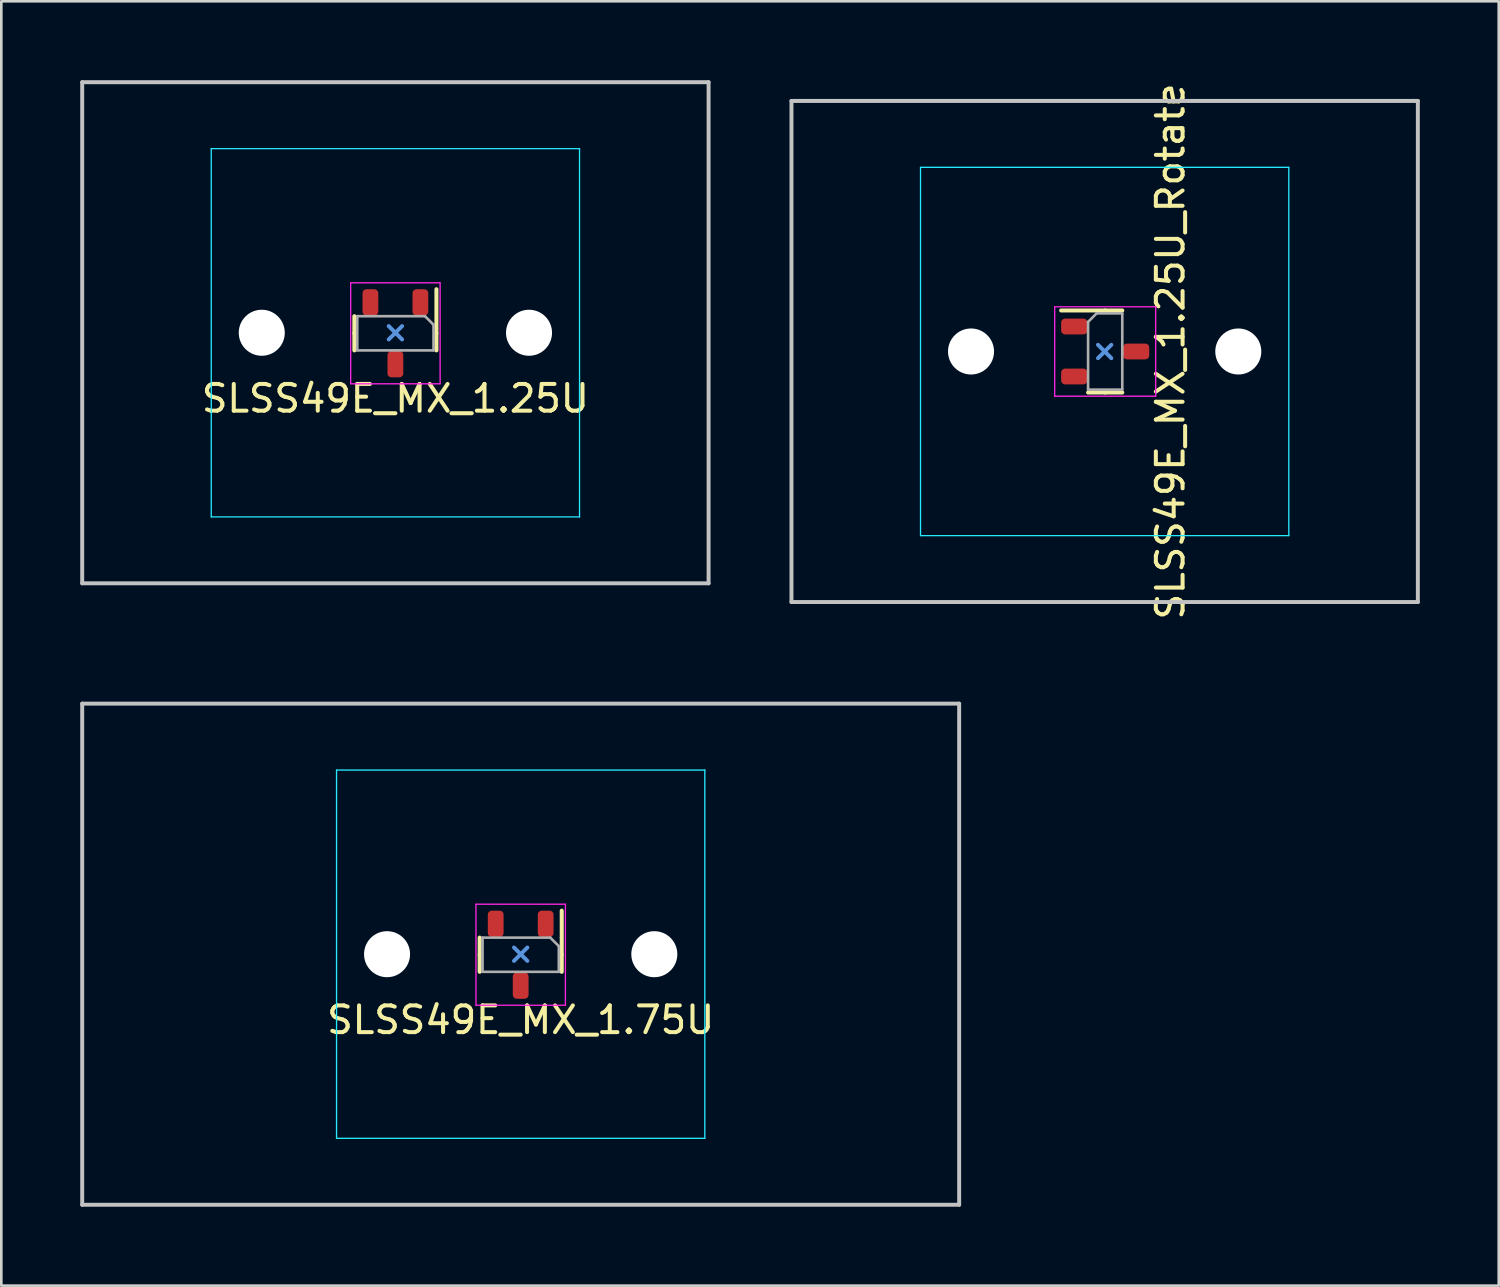
<source format=kicad_pcb>
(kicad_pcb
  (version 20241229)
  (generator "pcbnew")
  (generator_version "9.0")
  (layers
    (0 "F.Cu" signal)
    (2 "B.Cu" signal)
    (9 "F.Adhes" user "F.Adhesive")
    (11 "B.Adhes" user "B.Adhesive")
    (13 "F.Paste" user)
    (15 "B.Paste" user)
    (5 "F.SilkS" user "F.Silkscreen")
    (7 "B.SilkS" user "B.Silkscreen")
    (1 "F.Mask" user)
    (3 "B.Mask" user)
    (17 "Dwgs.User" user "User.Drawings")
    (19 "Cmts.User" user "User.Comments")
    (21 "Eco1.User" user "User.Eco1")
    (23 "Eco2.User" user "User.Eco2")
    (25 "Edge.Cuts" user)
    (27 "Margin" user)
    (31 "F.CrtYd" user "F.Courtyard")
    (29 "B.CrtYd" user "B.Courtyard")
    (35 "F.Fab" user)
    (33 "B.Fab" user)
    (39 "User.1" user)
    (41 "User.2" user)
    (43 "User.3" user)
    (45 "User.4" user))
  (footprint "SLSS49E_MX_1.25U_Rotate"
    (layer "F.Cu")
    (at 38.944 10.312)
    (property "Reference" "SLSS49E_MX_1.25U_Rotate" (at 2.5 0 90) (unlocked yes) (layer "F.SilkS") (effects (font (size 1.016 1.016) (thickness 0.153))))
    (attr smd)
    (fp_line (start 0.02 -1.56) (end -1.655 -1.56) (stroke (width 0.153) (type solid)) (layer "F.SilkS"))
    (fp_line (start 0.02 -1.56) (end 0.67 -1.56) (stroke (width 0.153) (type solid)) (layer "F.SilkS"))
    (fp_line (start 0.02 1.56) (end -0.63 1.56) (stroke (width 0.153) (type solid)) (layer "F.SilkS"))
    (fp_line (start 0.02 1.56) (end 0.67 1.56) (stroke (width 0.153) (type solid)) (layer "F.SilkS"))
    (fp_line (start -11.906 -9.525) (end 11.906 -9.525) (stroke (width 0.15) (type solid)) (layer "Dwgs.User"))
    (fp_line (start -11.906 9.525) (end -11.906 -9.525) (stroke (width 0.15) (type solid)) (layer "Dwgs.User"))
    (fp_line (start -11.906 9.525) (end 11.906 9.525) (stroke (width 0.15) (type solid)) (layer "Dwgs.User"))
    (fp_line (start 11.906 -9.525) (end 11.906 9.525) (stroke (width 0.15) (type solid)) (layer "Dwgs.User"))
    (fp_line (start -0.254 0.254) (end 0.254 -0.254) (stroke (width 0.15) (type default)) (layer "Cmts.User"))
    (fp_line (start 0.254 0.254) (end -0.254 -0.254) (stroke (width 0.15) (type default)) (layer "Cmts.User"))
    (fp_line (start -7 6.5) (end -7 -6.5) (stroke (width 0.15) (type solid)) (layer "Eco2.User"))
    (fp_line (start -6.5 -7) (end 6.5 -7) (stroke (width 0.15) (type solid)) (layer "Eco2.User"))
    (fp_line (start 6.5 7) (end -6.5 7) (stroke (width 0.15) (type solid)) (layer "Eco2.User"))
    (fp_line (start 7 -6.5) (end 7 6.5) (stroke (width 0.15) (type solid)) (layer "Eco2.User"))
    (fp_arc (start -7 -6.5) (mid -6.853553 -6.853553) (end -6.5 -7) (stroke (width 0.15) (type solid)) (layer "Eco2.User"))
    (fp_arc (start -6.5 7) (mid -6.853553 6.853553) (end -7 6.5) (stroke (width 0.15) (type solid)) (layer "Eco2.User"))
    (fp_arc (start 6.5 -7) (mid 6.853553 -6.853553) (end 7 -6.5) (stroke (width 0.15) (type solid)) (layer "Eco2.User"))
    (fp_arc (start 6.997236 6.498884) (mid 6.85082 6.852454) (end 6.497236 6.998884) (stroke (width 0.15) (type solid)) (layer "Eco2.User"))
    (fp_line (start -7 -7) (end 7 -7) (stroke (width 0.05) (type solid)) (layer "B.CrtYd"))
    (fp_line (start -7 7) (end -7 -7) (stroke (width 0.05) (type solid)) (layer "B.CrtYd"))
    (fp_line (start 7 -7) (end 7 7) (stroke (width 0.05) (type solid)) (layer "B.CrtYd"))
    (fp_line (start 7 7) (end -7 7) (stroke (width 0.05) (type solid)) (layer "B.CrtYd"))
    (fp_line (start -1.9 -1.7) (end -1.9 1.7) (stroke (width 0.05) (type solid)) (layer "F.CrtYd"))
    (fp_line (start -1.9 1.7) (end 1.94 1.7) (stroke (width 0.05) (type solid)) (layer "F.CrtYd"))
    (fp_line (start 1.94 -1.7) (end -1.9 -1.7) (stroke (width 0.05) (type solid)) (layer "F.CrtYd"))
    (fp_line (start 1.94 1.7) (end 1.94 -1.7) (stroke (width 0.05) (type solid)) (layer "F.CrtYd"))
    (fp_line (start -0.63 -1.125) (end -0.305 -1.45) (stroke (width 0.1) (type solid)) (layer "F.Fab"))
    (fp_line (start -0.63 1.45) (end -0.63 -1.125) (stroke (width 0.1) (type solid)) (layer "F.Fab"))
    (fp_line (start -0.305 -1.45) (end 0.67 -1.45) (stroke (width 0.1) (type solid)) (layer "F.Fab"))
    (fp_line (start 0.67 -1.45) (end 0.67 1.45) (stroke (width 0.1) (type solid)) (layer "F.Fab"))
    (fp_line (start 0.67 1.45) (end -0.63 1.45) (stroke (width 0.1) (type solid)) (layer "F.Fab"))
    (pad "" np_thru_hole circle (at -5.08 0) (size 1.75 1.75) (drill 1.75) (layers "*.Cu" "*.Mask"))
    (pad "" np_thru_hole circle (at 5.08 0) (size 1.75 1.75) (drill 1.75) (layers "*.Cu" "*.Mask"))
    (pad "1" smd roundrect (at -1.155 -0.95) (size 1 0.6) (layers "F.Cu" "F.Mask" "F.Paste") (roundrect_rratio 0.25))
    (pad "2" smd roundrect (at 1.195 0) (size 1 0.6) (layers "F.Cu" "F.Mask" "F.Paste") (roundrect_rratio 0.25))
    (pad "3" smd roundrect (at -1.155 0.95) (size 1 0.6) (layers "F.Cu" "F.Mask" "F.Paste") (roundrect_rratio 0.25)))
  (footprint "SLSS49E_MX_1.25U"
    (layer "F.Cu")
    (at 11.981 9.6)
    (property "Reference" "SLSS49E_MX_1.25U" (at 0 2.5 0) (unlocked yes) (layer "F.SilkS") (effects (font (size 1.016 1.016) (thickness 0.153))))
    (attr smd)
    (fp_line (start -1.56 0.02) (end -1.56 -0.63) (stroke (width 0.153) (type solid)) (layer "F.SilkS"))
    (fp_line (start -1.56 0.02) (end -1.56 0.67) (stroke (width 0.153) (type solid)) (layer "F.SilkS"))
    (fp_line (start 1.56 0.02) (end 1.56 -1.655) (stroke (width 0.153) (type solid)) (layer "F.SilkS"))
    (fp_line (start 1.56 0.02) (end 1.56 0.67) (stroke (width 0.153) (type solid)) (layer "F.SilkS"))
    (fp_line (start -11.906 -9.525) (end 11.906 -9.525) (stroke (width 0.15) (type solid)) (layer "Dwgs.User"))
    (fp_line (start -11.906 9.525) (end -11.906 -9.525) (stroke (width 0.15) (type solid)) (layer "Dwgs.User"))
    (fp_line (start -11.906 9.525) (end 11.906 9.525) (stroke (width 0.15) (type solid)) (layer "Dwgs.User"))
    (fp_line (start 11.906 -9.525) (end 11.906 9.525) (stroke (width 0.15) (type solid)) (layer "Dwgs.User"))
    (fp_line (start -0.254 -0.254) (end 0.254 0.254) (stroke (width 0.15) (type default)) (layer "Cmts.User"))
    (fp_line (start -0.254 0.254) (end 0.254 -0.254) (stroke (width 0.15) (type default)) (layer "Cmts.User"))
    (fp_line (start -7 6.5) (end -7 -6.5) (stroke (width 0.15) (type solid)) (layer "Eco2.User"))
    (fp_line (start -6.5 -7) (end 6.5 -7) (stroke (width 0.15) (type solid)) (layer "Eco2.User"))
    (fp_line (start 6.5 7) (end -6.5 7) (stroke (width 0.15) (type solid)) (layer "Eco2.User"))
    (fp_line (start 7 -6.5) (end 7 6.5) (stroke (width 0.15) (type solid)) (layer "Eco2.User"))
    (fp_arc (start -7 -6.5) (mid -6.853553 -6.853553) (end -6.5 -7) (stroke (width 0.15) (type solid)) (layer "Eco2.User"))
    (fp_arc (start -6.5 7) (mid -6.853553 6.853553) (end -7 6.5) (stroke (width 0.15) (type solid)) (layer "Eco2.User"))
    (fp_arc (start 6.5 -7) (mid 6.853553 -6.853553) (end 7 -6.5) (stroke (width 0.15) (type solid)) (layer "Eco2.User"))
    (fp_arc (start 6.997236 6.498884) (mid 6.85082 6.852454) (end 6.497236 6.998884) (stroke (width 0.15) (type solid)) (layer "Eco2.User"))
    (fp_line (start -7 -7) (end 7 -7) (stroke (width 0.05) (type solid)) (layer "B.CrtYd"))
    (fp_line (start -7 7) (end -7 -7) (stroke (width 0.05) (type solid)) (layer "B.CrtYd"))
    (fp_line (start 7 -7) (end 7 7) (stroke (width 0.05) (type solid)) (layer "B.CrtYd"))
    (fp_line (start 7 7) (end -7 7) (stroke (width 0.05) (type solid)) (layer "B.CrtYd"))
    (fp_line (start -1.7 -1.9) (end -1.7 1.94) (stroke (width 0.05) (type solid)) (layer "F.CrtYd"))
    (fp_line (start -1.7 1.94) (end 1.7 1.94) (stroke (width 0.05) (type solid)) (layer "F.CrtYd"))
    (fp_line (start 1.7 -1.9) (end -1.7 -1.9) (stroke (width 0.05) (type solid)) (layer "F.CrtYd"))
    (fp_line (start 1.7 1.94) (end 1.7 -1.9) (stroke (width 0.05) (type solid)) (layer "F.CrtYd"))
    (fp_line (start -1.45 -0.63) (end 1.125 -0.63) (stroke (width 0.1) (type solid)) (layer "F.Fab"))
    (fp_line (start -1.45 0.67) (end -1.45 -0.63) (stroke (width 0.1) (type solid)) (layer "F.Fab"))
    (fp_line (start 1.125 -0.63) (end 1.45 -0.305) (stroke (width 0.1) (type solid)) (layer "F.Fab"))
    (fp_line (start 1.45 -0.305) (end 1.45 0.67) (stroke (width 0.1) (type solid)) (layer "F.Fab"))
    (fp_line (start 1.45 0.67) (end -1.45 0.67) (stroke (width 0.1) (type solid)) (layer "F.Fab"))
    (pad "" np_thru_hole circle (at -5.08 0) (size 1.75 1.75) (drill 1.75) (layers "*.Cu" "*.Mask"))
    (pad "" np_thru_hole circle (at 5.08 0) (size 1.75 1.75) (drill 1.75) (layers "*.Cu" "*.Mask"))
    (pad "1" smd roundrect (at 0.95 -1.155 270) (size 1 0.6) (layers "F.Cu" "F.Mask" "F.Paste") (roundrect_rratio 0.25))
    (pad "2" smd roundrect (at 0 1.195 270) (size 1 0.6) (layers "F.Cu" "F.Mask" "F.Paste") (roundrect_rratio 0.25))
    (pad "3" smd roundrect (at -0.95 -1.155 270) (size 1 0.6) (layers "F.Cu" "F.Mask" "F.Paste") (roundrect_rratio 0.25))
    (zone (net_name "") (layers "F.Cu" "B.Cu") (hatch edge 0.5) (connect_pads) (min_thickness 0.25) (filled_areas_thickness no) (keepout (tracks allowed) (vias allowed) (pads allowed) (copperpour not_allowed) (footprints allowed)) (placement (enabled no)) (fill) (polygon (pts (xy 13.731 9.6) (xy 13.712 9.339) (xy 13.654 9.084) (xy 13.558 8.841) (xy 13.427 8.614) (xy 13.264 8.41) (xy 13.072 8.232) (xy 12.856 8.084) (xy 12.621 7.971) (xy 12.371 7.894) (xy 12.112 7.855) (xy 11.85 7.855) (xy 11.592 7.894) (xy 11.342 7.971) (xy 11.106 8.084) (xy 10.89 8.232) (xy 10.698 8.41) (xy 10.535 8.614) (xy 10.405 8.841) (xy 10.309 9.084) (xy 10.251 9.339) (xy 10.231 9.6) (xy 10.251 9.861) (xy 10.309 10.116) (xy 10.405 10.359) (xy 10.535 10.586) (xy 10.698 10.79) (xy 10.89 10.968) (xy 11.106 11.116) (xy 11.342 11.229) (xy 11.592 11.306) (xy 11.85 11.345) (xy 12.112 11.345) (xy 12.371 11.306) (xy 12.621 11.229) (xy 12.856 11.116) (xy 13.072 10.968) (xy 13.264 10.79) (xy 13.427 10.586) (xy 13.558 10.359) (xy 13.654 10.116) (xy 13.712 9.861)))))
  (footprint "SLSS49E_MX_1.75U"
    (layer "F.Cu")
    (at 16.744 33.224)
    (property "Reference" "SLSS49E_MX_1.75U" (at 0 2.5 0) (unlocked yes) (layer "F.SilkS") (effects (font (size 1.016 1.016) (thickness 0.153))))
    (attr smd)
    (fp_line (start -1.56 0.02) (end -1.56 -0.63) (stroke (width 0.153) (type solid)) (layer "F.SilkS"))
    (fp_line (start -1.56 0.02) (end -1.56 0.67) (stroke (width 0.153) (type solid)) (layer "F.SilkS"))
    (fp_line (start 1.56 0.02) (end 1.56 -1.655) (stroke (width 0.153) (type solid)) (layer "F.SilkS"))
    (fp_line (start 1.56 0.02) (end 1.56 0.67) (stroke (width 0.153) (type solid)) (layer "F.SilkS"))
    (fp_line (start -16.669 -9.525) (end 16.669 -9.525) (stroke (width 0.15) (type solid)) (layer "Dwgs.User"))
    (fp_line (start -16.669 9.525) (end -16.669 -9.525) (stroke (width 0.15) (type solid)) (layer "Dwgs.User"))
    (fp_line (start -16.669 9.525) (end 16.669 9.525) (stroke (width 0.15) (type solid)) (layer "Dwgs.User"))
    (fp_line (start 16.669 -9.525) (end 16.669 9.525) (stroke (width 0.15) (type solid)) (layer "Dwgs.User"))
    (fp_line (start -0.254 -0.254) (end 0.254 0.254) (stroke (width 0.15) (type default)) (layer "Cmts.User"))
    (fp_line (start -0.254 0.254) (end 0.254 -0.254) (stroke (width 0.15) (type default)) (layer "Cmts.User"))
    (fp_line (start -7 6.5) (end -7 -6.5) (stroke (width 0.15) (type solid)) (layer "Eco2.User"))
    (fp_line (start -6.5 -7) (end 6.5 -7) (stroke (width 0.15) (type solid)) (layer "Eco2.User"))
    (fp_line (start 6.5 7) (end -6.5 7) (stroke (width 0.15) (type solid)) (layer "Eco2.User"))
    (fp_line (start 7 -6.5) (end 7 6.5) (stroke (width 0.15) (type solid)) (layer "Eco2.User"))
    (fp_arc (start -7 -6.5) (mid -6.853553 -6.853553) (end -6.5 -7) (stroke (width 0.15) (type solid)) (layer "Eco2.User"))
    (fp_arc (start -6.5 7) (mid -6.853553 6.853553) (end -7 6.5) (stroke (width 0.15) (type solid)) (layer "Eco2.User"))
    (fp_arc (start 6.5 -7) (mid 6.853553 -6.853553) (end 7 -6.5) (stroke (width 0.15) (type solid)) (layer "Eco2.User"))
    (fp_arc (start 6.997236 6.498884) (mid 6.85082 6.852454) (end 6.497236 6.998884) (stroke (width 0.15) (type solid)) (layer "Eco2.User"))
    (fp_line (start -7 -7) (end 7 -7) (stroke (width 0.05) (type solid)) (layer "B.CrtYd"))
    (fp_line (start -7 7) (end -7 -7) (stroke (width 0.05) (type solid)) (layer "B.CrtYd"))
    (fp_line (start 7 -7) (end 7 7) (stroke (width 0.05) (type solid)) (layer "B.CrtYd"))
    (fp_line (start 7 7) (end -7 7) (stroke (width 0.05) (type solid)) (layer "B.CrtYd"))
    (fp_line (start -1.7 -1.9) (end -1.7 1.94) (stroke (width 0.05) (type solid)) (layer "F.CrtYd"))
    (fp_line (start -1.7 1.94) (end 1.7 1.94) (stroke (width 0.05) (type solid)) (layer "F.CrtYd"))
    (fp_line (start 1.7 -1.9) (end -1.7 -1.9) (stroke (width 0.05) (type solid)) (layer "F.CrtYd"))
    (fp_line (start 1.7 1.94) (end 1.7 -1.9) (stroke (width 0.05) (type solid)) (layer "F.CrtYd"))
    (fp_line (start -1.45 -0.63) (end 1.125 -0.63) (stroke (width 0.1) (type solid)) (layer "F.Fab"))
    (fp_line (start -1.45 0.67) (end -1.45 -0.63) (stroke (width 0.1) (type solid)) (layer "F.Fab"))
    (fp_line (start 1.125 -0.63) (end 1.45 -0.305) (stroke (width 0.1) (type solid)) (layer "F.Fab"))
    (fp_line (start 1.45 -0.305) (end 1.45 0.67) (stroke (width 0.1) (type solid)) (layer "F.Fab"))
    (fp_line (start 1.45 0.67) (end -1.45 0.67) (stroke (width 0.1) (type solid)) (layer "F.Fab"))
    (pad "" np_thru_hole circle (at -5.08 0) (size 1.75 1.75) (drill 1.75) (layers "*.Cu" "*.Mask"))
    (pad "" np_thru_hole circle (at 5.08 0) (size 1.75 1.75) (drill 1.75) (layers "*.Cu" "*.Mask"))
    (pad "1" smd roundrect (at 0.95 -1.155 270) (size 1 0.6) (layers "F.Cu" "F.Mask" "F.Paste") (roundrect_rratio 0.25))
    (pad "2" smd roundrect (at 0 1.195 270) (size 1 0.6) (layers "F.Cu" "F.Mask" "F.Paste") (roundrect_rratio 0.25))
    (pad "3" smd roundrect (at -0.95 -1.155 270) (size 1 0.6) (layers "F.Cu" "F.Mask" "F.Paste") (roundrect_rratio 0.25)))
  (gr_rect
    (start -3 -3)
    (end 53.925 45.824)
    (stroke (width 0.1) (type default))
    (fill no)
    (layer "Edge.Cuts")))
</source>
